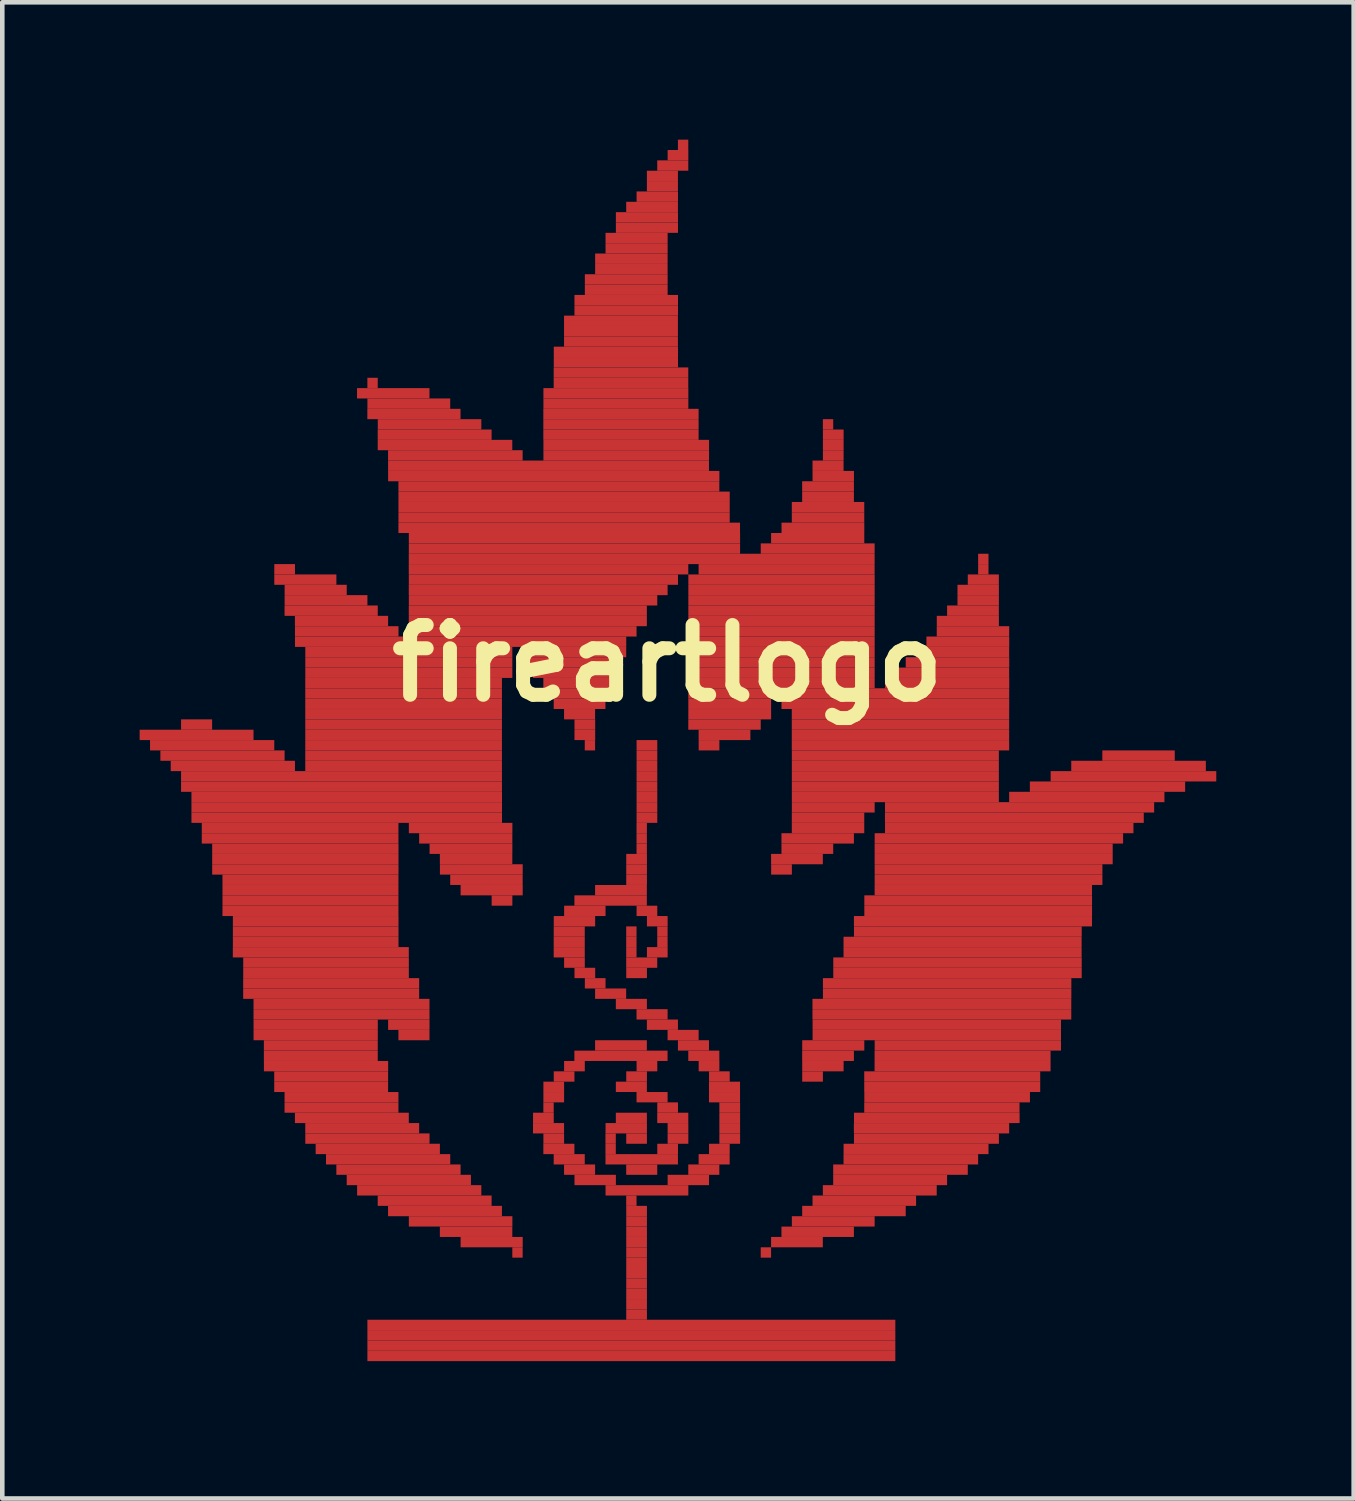
<source format=kicad_pcb>
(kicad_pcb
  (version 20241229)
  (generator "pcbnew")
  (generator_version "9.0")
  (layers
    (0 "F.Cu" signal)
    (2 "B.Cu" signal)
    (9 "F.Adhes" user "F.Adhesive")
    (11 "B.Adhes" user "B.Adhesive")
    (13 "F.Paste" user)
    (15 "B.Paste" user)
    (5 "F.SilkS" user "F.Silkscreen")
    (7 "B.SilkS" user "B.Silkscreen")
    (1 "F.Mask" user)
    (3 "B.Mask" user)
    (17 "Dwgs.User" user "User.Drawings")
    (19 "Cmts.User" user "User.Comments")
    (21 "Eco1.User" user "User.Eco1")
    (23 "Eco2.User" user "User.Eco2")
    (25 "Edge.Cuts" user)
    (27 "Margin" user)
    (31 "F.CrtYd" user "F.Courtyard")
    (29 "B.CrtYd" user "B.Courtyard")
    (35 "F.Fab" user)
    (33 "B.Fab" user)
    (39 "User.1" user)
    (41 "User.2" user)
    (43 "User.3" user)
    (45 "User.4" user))
  (footprint "fireartlogo"
    (layer "F.Cu")
    (at 11.53 13.339)
    (property "Reference" "fireartlogo" (at 0 -1.905 0) (layer "F.SilkS") (effects (font (size 1.524 1.524) (thickness 0.305))))
    (attr exclude_from_pos_files exclude_from_bom)
    (pad "" smd rect (at -10.287 -0.566) (size 0.678 0.226) (layers "F.Cu" "F.Mask" "F.Paste"))
    (pad "" smd rect (at -10.287 -0.34) (size 2.487 0.226) (layers "F.Cu" "F.Mask" "F.Paste"))
    (pad "" smd rect (at -9.947 -0.114) (size 2.713 0.226) (layers "F.Cu" "F.Mask" "F.Paste"))
    (pad "" smd rect (at -9.721 0.112) (size 2.713 0.226) (layers "F.Cu" "F.Mask" "F.Paste"))
    (pad "" smd rect (at -9.495 0.338) (size 2.713 0.226) (layers "F.Cu" "F.Mask" "F.Paste"))
    (pad "" smd rect (at -8.364 -3.957) (size 0.452 0.226) (layers "F.Cu" "F.Mask" "F.Paste"))
    (pad "" smd rect (at -8.026 1.694) (size 4.295 0.226) (layers "F.Cu" "F.Mask" "F.Paste"))
    (pad "" smd rect (at -8.026 1.92) (size 4.295 0.226) (layers "F.Cu" "F.Mask" "F.Paste"))
    (pad "" smd rect (at -7.912 -3.731) (size 1.356 0.226) (layers "F.Cu" "F.Mask" "F.Paste"))
    (pad "" smd rect (at -7.912 2.146) (size 4.069 0.226) (layers "F.Cu" "F.Mask" "F.Paste"))
    (pad "" smd rect (at -7.912 2.372) (size 4.069 0.226) (layers "F.Cu" "F.Mask" "F.Paste"))
    (pad "" smd rect (at -7.912 2.598) (size 4.069 0.226) (layers "F.Cu" "F.Mask" "F.Paste"))
    (pad "" smd rect (at -7.8 2.824) (size 3.843 0.226) (layers "F.Cu" "F.Mask" "F.Paste"))
    (pad "" smd rect (at -7.8 3.051) (size 3.843 0.226) (layers "F.Cu" "F.Mask" "F.Paste"))
    (pad "" smd rect (at -7.8 3.277) (size 3.843 0.226) (layers "F.Cu" "F.Mask" "F.Paste"))
    (pad "" smd rect (at -7.8 3.503) (size 3.843 0.226) (layers "F.Cu" "F.Mask" "F.Paste"))
    (pad "" smd rect (at -7.686 -3.505) (size 1.356 0.226) (layers "F.Cu" "F.Mask" "F.Paste"))
    (pad "" smd rect (at -7.686 3.729) (size 3.617 0.226) (layers "F.Cu" "F.Mask" "F.Paste"))
    (pad "" smd rect (at -7.686 3.955) (size 3.617 0.226) (layers "F.Cu" "F.Mask" "F.Paste"))
    (pad "" smd rect (at -7.686 4.181) (size 3.617 0.226) (layers "F.Cu" "F.Mask" "F.Paste"))
    (pad "" smd rect (at -7.686 5.989) (size 2.713 0.226) (layers "F.Cu" "F.Mask" "F.Paste"))
    (pad "" smd rect (at -7.686 6.215) (size 2.713 0.226) (layers "F.Cu" "F.Mask" "F.Paste"))
    (pad "" smd rect (at -7.574 4.407) (size 3.843 0.226) (layers "F.Cu" "F.Mask" "F.Paste"))
    (pad "" smd rect (at -7.574 6.441) (size 2.487 0.226) (layers "F.Cu" "F.Mask" "F.Paste"))
    (pad "" smd rect (at -7.574 6.668) (size 2.487 0.226) (layers "F.Cu" "F.Mask" "F.Paste"))
    (pad "" smd rect (at -7.46 -3.279) (size 1.808 0.226) (layers "F.Cu" "F.Mask" "F.Paste"))
    (pad "" smd rect (at -7.46 4.633) (size 3.617 0.226) (layers "F.Cu" "F.Mask" "F.Paste"))
    (pad "" smd rect (at -7.46 4.859) (size 3.617 0.226) (layers "F.Cu" "F.Mask" "F.Paste"))
    (pad "" smd rect (at -7.46 6.894) (size 2.713 0.226) (layers "F.Cu" "F.Mask" "F.Paste"))
    (pad "" smd rect (at -7.348 -3.053) (size 2.035 0.226) (layers "F.Cu" "F.Mask" "F.Paste"))
    (pad "" smd rect (at -7.348 5.085) (size 3.843 0.226) (layers "F.Cu" "F.Mask" "F.Paste"))
    (pad "" smd rect (at -7.348 5.311) (size 3.843 0.226) (layers "F.Cu" "F.Mask" "F.Paste"))
    (pad "" smd rect (at -7.348 7.12) (size 2.487 0.226) (layers "F.Cu" "F.Mask" "F.Paste"))
    (pad "" smd rect (at -7.348 7.346) (size 2.487 0.226) (layers "F.Cu" "F.Mask" "F.Paste"))
    (pad "" smd rect (at -7.122 -2.827) (size 2.035 0.226) (layers "F.Cu" "F.Mask" "F.Paste"))
    (pad "" smd rect (at -7.122 0.564) (size 7.008 0.226) (layers "F.Cu" "F.Mask" "F.Paste"))
    (pad "" smd rect (at -7.122 0.79) (size 7.008 0.226) (layers "F.Cu" "F.Mask" "F.Paste"))
    (pad "" smd rect (at -7.122 5.537) (size 3.843 0.226) (layers "F.Cu" "F.Mask" "F.Paste"))
    (pad "" smd rect (at -7.122 5.763) (size 3.843 0.226) (layers "F.Cu" "F.Mask" "F.Paste"))
    (pad "" smd rect (at -7.122 7.572) (size 2.487 0.226) (layers "F.Cu" "F.Mask" "F.Paste"))
    (pad "" smd rect (at -7.122 7.798) (size 2.487 0.226) (layers "F.Cu" "F.Mask" "F.Paste"))
    (pad "" smd rect (at -7.008 -2.601) (size 2.261 0.226) (layers "F.Cu" "F.Mask" "F.Paste"))
    (pad "" smd rect (at -7.008 1.016) (size 6.782 0.226) (layers "F.Cu" "F.Mask" "F.Paste"))
    (pad "" smd rect (at -7.008 1.242) (size 6.782 0.226) (layers "F.Cu" "F.Mask" "F.Paste"))
    (pad "" smd rect (at -7.008 1.468) (size 6.782 0.226) (layers "F.Cu" "F.Mask" "F.Paste"))
    (pad "" smd rect (at -6.896 8.024) (size 2.487 0.226) (layers "F.Cu" "F.Mask" "F.Paste"))
    (pad "" smd rect (at -6.67 8.25) (size 2.487 0.226) (layers "F.Cu" "F.Mask" "F.Paste"))
    (pad "" smd rect (at -6.556 8.476) (size 2.713 0.226) (layers "F.Cu" "F.Mask" "F.Paste"))
    (pad "" smd rect (at -6.444 -8.026) (size 0.226 0.226) (layers "F.Cu" "F.Mask" "F.Paste"))
    (pad "" smd rect (at -6.33 8.702) (size 2.713 0.226) (layers "F.Cu" "F.Mask" "F.Paste"))
    (pad "" smd rect (at -6.104 8.928) (size 2.713 0.226) (layers "F.Cu" "F.Mask" "F.Paste"))
    (pad "" smd rect (at -5.992 -7.8) (size 1.582 0.226) (layers "F.Cu" "F.Mask" "F.Paste"))
    (pad "" smd rect (at -5.878 9.154) (size 2.713 0.226) (layers "F.Cu" "F.Mask" "F.Paste"))
    (pad "" smd rect (at -5.766 -1.471) (size 4.295 0.226) (layers "F.Cu" "F.Mask" "F.Paste"))
    (pad "" smd rect (at -5.766 -1.245) (size 4.295 0.226) (layers "F.Cu" "F.Mask" "F.Paste"))
    (pad "" smd rect (at -5.766 -1.019) (size 4.295 0.226) (layers "F.Cu" "F.Mask" "F.Paste"))
    (pad "" smd rect (at -5.766 -0.792) (size 4.295 0.226) (layers "F.Cu" "F.Mask" "F.Paste"))
    (pad "" smd rect (at -5.766 -0.566) (size 4.295 0.226) (layers "F.Cu" "F.Mask" "F.Paste"))
    (pad "" smd rect (at -5.766 -0.34) (size 4.295 0.226) (layers "F.Cu" "F.Mask" "F.Paste"))
    (pad "" smd rect (at -5.766 -0.114) (size 4.295 0.226) (layers "F.Cu" "F.Mask" "F.Paste"))
    (pad "" smd rect (at -5.766 0.112) (size 4.295 0.226) (layers "F.Cu" "F.Mask" "F.Paste"))
    (pad "" smd rect (at -5.766 0.338) (size 4.295 0.226) (layers "F.Cu" "F.Mask" "F.Paste"))
    (pad "" smd rect (at -5.652 -7.574) (size 1.808 0.226) (layers "F.Cu" "F.Mask" "F.Paste"))
    (pad "" smd rect (at -5.652 -2.149) (size 4.521 0.226) (layers "F.Cu" "F.Mask" "F.Paste"))
    (pad "" smd rect (at -5.652 -1.923) (size 4.521 0.226) (layers "F.Cu" "F.Mask" "F.Paste"))
    (pad "" smd rect (at -5.652 -1.697) (size 4.521 0.226) (layers "F.Cu" "F.Mask" "F.Paste"))
    (pad "" smd rect (at -5.652 5.989) (size 0.904 0.226) (layers "F.Cu" "F.Mask" "F.Paste"))
    (pad "" smd rect (at -5.652 9.38) (size 2.713 0.226) (layers "F.Cu" "F.Mask" "F.Paste"))
    (pad "" smd rect (at -5.54 -7.348) (size 2.035 0.226) (layers "F.Cu" "F.Mask" "F.Paste"))
    (pad "" smd rect (at -5.54 6.215) (size 0.678 0.226) (layers "F.Cu" "F.Mask" "F.Paste"))
    (pad "" smd rect (at -5.425 9.606) (size 2.713 0.226) (layers "F.Cu" "F.Mask" "F.Paste"))
    (pad "" smd rect (at -5.199 -7.122) (size 2.261 0.226) (layers "F.Cu" "F.Mask" "F.Paste"))
    (pad "" smd rect (at -5.088 -6.896) (size 2.487 0.226) (layers "F.Cu" "F.Mask" "F.Paste"))
    (pad "" smd rect (at -5.088 9.832) (size 2.487 0.226) (layers "F.Cu" "F.Mask" "F.Paste"))
    (pad "" smd rect (at -4.862 -6.67) (size 2.939 0.226) (layers "F.Cu" "F.Mask" "F.Paste"))
    (pad "" smd rect (at -4.862 10.058) (size 2.487 0.226) (layers "F.Cu" "F.Mask" "F.Paste"))
    (pad "" smd rect (at -4.636 -6.444) (size 2.939 0.226) (layers "F.Cu" "F.Mask" "F.Paste"))
    (pad "" smd rect (at -4.521 -2.375) (size 7.234 0.226) (layers "F.Cu" "F.Mask" "F.Paste"))
    (pad "" smd rect (at -4.521 1.694) (size 2.261 0.226) (layers "F.Cu" "F.Mask" "F.Paste"))
    (pad "" smd rect (at -4.521 10.284) (size 2.261 0.226) (layers "F.Cu" "F.Mask" "F.Paste"))
    (pad "" smd rect (at -4.409 1.92) (size 2.035 0.226) (layers "F.Cu" "F.Mask" "F.Paste"))
    (pad "" smd rect (at -4.295 2.146) (size 1.808 0.226) (layers "F.Cu" "F.Mask" "F.Paste"))
    (pad "" smd rect (at -4.183 2.372) (size 1.582 0.226) (layers "F.Cu" "F.Mask" "F.Paste"))
    (pad "" smd rect (at -4.183 10.511) (size 1.582 0.226) (layers "F.Cu" "F.Mask" "F.Paste"))
    (pad "" smd rect (at -4.069 2.598) (size 1.808 0.226) (layers "F.Cu" "F.Mask" "F.Paste"))
    (pad "" smd rect (at -3.957 2.824) (size 1.582 0.226) (layers "F.Cu" "F.Mask" "F.Paste"))
    (pad "" smd rect (at -3.843 3.051) (size 1.356 0.226) (layers "F.Cu" "F.Mask" "F.Paste"))
    (pad "" smd rect (at -3.843 10.737) (size 1.356 0.226) (layers "F.Cu" "F.Mask" "F.Paste"))
    (pad "" smd rect (at -3.617 3.277) (size 0.452 0.226) (layers "F.Cu" "F.Mask" "F.Paste"))
    (pad "" smd rect (at -3.279 10.963) (size 0.226 0.226) (layers "F.Cu" "F.Mask" "F.Paste"))
    (pad "" smd rect (at -3.165 -2.601) (size 4.973 0.226) (layers "F.Cu" "F.Mask" "F.Paste"))
    (pad "" smd rect (at -3.053 -3.053) (size 5.199 0.226) (layers "F.Cu" "F.Mask" "F.Paste"))
    (pad "" smd rect (at -3.053 -2.827) (size 5.199 0.226) (layers "F.Cu" "F.Mask" "F.Paste"))
    (pad "" smd rect (at -2.939 -3.279) (size 5.425 0.226) (layers "F.Cu" "F.Mask" "F.Paste"))
    (pad "" smd rect (at -2.827 -3.505) (size 5.652 0.226) (layers "F.Cu" "F.Mask" "F.Paste"))
    (pad "" smd rect (at -2.713 -3.731) (size 5.878 0.226) (layers "F.Cu" "F.Mask" "F.Paste"))
    (pad "" smd rect (at -2.713 8.024) (size 0.452 0.226) (layers "F.Cu" "F.Mask" "F.Paste"))
    (pad "" smd rect (at -2.601 -6.218) (size 7.008 0.226) (layers "F.Cu" "F.Mask" "F.Paste"))
    (pad "" smd rect (at -2.601 -3.957) (size 6.104 0.226) (layers "F.Cu" "F.Mask" "F.Paste"))
    (pad "" smd rect (at -2.601 7.798) (size 0.226 0.226) (layers "F.Cu" "F.Mask" "F.Paste"))
    (pad "" smd rect (at -2.601 8.25) (size 0.678 0.226) (layers "F.Cu" "F.Mask" "F.Paste"))
    (pad "" smd rect (at -2.487 -5.992) (size 7.234 0.226) (layers "F.Cu" "F.Mask" "F.Paste"))
    (pad "" smd rect (at -2.487 7.346) (size 0.452 0.226) (layers "F.Cu" "F.Mask" "F.Paste"))
    (pad "" smd rect (at -2.487 7.572) (size 0.452 0.226) (layers "F.Cu" "F.Mask" "F.Paste"))
    (pad "" smd rect (at -2.487 8.476) (size 0.452 0.226) (layers "F.Cu" "F.Mask" "F.Paste"))
    (pad "" smd rect (at -2.375 -5.766) (size 7.008 0.226) (layers "F.Cu" "F.Mask" "F.Paste"))
    (pad "" smd rect (at -2.375 8.702) (size 0.678 0.226) (layers "F.Cu" "F.Mask" "F.Paste"))
    (pad "" smd rect (at -2.261 -5.54) (size 7.234 0.226) (layers "F.Cu" "F.Mask" "F.Paste"))
    (pad "" smd rect (at -2.261 -5.314) (size 7.234 0.226) (layers "F.Cu" "F.Mask" "F.Paste"))
    (pad "" smd rect (at -2.261 -5.088) (size 7.234 0.226) (layers "F.Cu" "F.Mask" "F.Paste"))
    (pad "" smd rect (at -2.261 7.12) (size 0.452 0.226) (layers "F.Cu" "F.Mask" "F.Paste"))
    (pad "" smd rect (at -2.149 -4.862) (size 7.46 0.226) (layers "F.Cu" "F.Mask" "F.Paste"))
    (pad "" smd rect (at -2.149 -1.923) (size 2.035 0.226) (layers "F.Cu" "F.Mask" "F.Paste"))
    (pad "" smd rect (at -2.149 3.955) (size 0.678 0.226) (layers "F.Cu" "F.Mask" "F.Paste"))
    (pad "" smd rect (at -2.149 4.181) (size 0.678 0.226) (layers "F.Cu" "F.Mask" "F.Paste"))
    (pad "" smd rect (at -2.149 4.407) (size 0.678 0.226) (layers "F.Cu" "F.Mask" "F.Paste"))
    (pad "" smd rect (at -2.149 8.928) (size 0.678 0.226) (layers "F.Cu" "F.Mask" "F.Paste"))
    (pad "" smd rect (at -2.035 -4.636) (size 7.234 0.226) (layers "F.Cu" "F.Mask" "F.Paste"))
    (pad "" smd rect (at -2.035 -4.409) (size 7.234 0.226) (layers "F.Cu" "F.Mask" "F.Paste"))
    (pad "" smd rect (at -2.035 -2.149) (size 2.261 0.226) (layers "F.Cu" "F.Mask" "F.Paste"))
    (pad "" smd rect (at -2.035 -1.697) (size 1.808 0.226) (layers "F.Cu" "F.Mask" "F.Paste"))
    (pad "" smd rect (at -2.035 3.729) (size 0.904 0.226) (layers "F.Cu" "F.Mask" "F.Paste"))
    (pad "" smd rect (at -2.035 4.633) (size 0.452 0.226) (layers "F.Cu" "F.Mask" "F.Paste"))
    (pad "" smd rect (at -2.035 6.894) (size 0.452 0.226) (layers "F.Cu" "F.Mask" "F.Paste"))
    (pad "" smd rect (at -1.923 -1.471) (size 1.582 0.226) (layers "F.Cu" "F.Mask" "F.Paste"))
    (pad "" smd rect (at -1.923 -1.245) (size 1.13 0.226) (layers "F.Cu" "F.Mask" "F.Paste"))
    (pad "" smd rect (at -1.923 -1.019) (size 1.13 0.226) (layers "F.Cu" "F.Mask" "F.Paste"))
    (pad "" smd rect (at -1.923 -0.792) (size 0.678 0.226) (layers "F.Cu" "F.Mask" "F.Paste"))
    (pad "" smd rect (at -1.923 9.154) (size 0.678 0.226) (layers "F.Cu" "F.Mask" "F.Paste"))
    (pad "" smd rect (at -1.808 -0.566) (size 0.452 0.226) (layers "F.Cu" "F.Mask" "F.Paste"))
    (pad "" smd rect (at -1.808 -0.34) (size 0.452 0.226) (layers "F.Cu" "F.Mask" "F.Paste"))
    (pad "" smd rect (at -1.808 3.503) (size 0.904 0.226) (layers "F.Cu" "F.Mask" "F.Paste"))
    (pad "" smd rect (at -1.808 4.859) (size 0.452 0.226) (layers "F.Cu" "F.Mask" "F.Paste"))
    (pad "" smd rect (at -1.697 -0.114) (size 0.226 0.226) (layers "F.Cu" "F.Mask" "F.Paste"))
    (pad "" smd rect (at -1.582 5.085) (size 0.452 0.226) (layers "F.Cu" "F.Mask" "F.Paste"))
    (pad "" smd rect (at -1.582 9.38) (size 0.904 0.226) (layers "F.Cu" "F.Mask" "F.Paste"))
    (pad "" smd rect (at -1.245 3.277) (size 1.582 0.226) (layers "F.Cu" "F.Mask" "F.Paste"))
    (pad "" smd rect (at -1.245 5.311) (size 0.678 0.226) (layers "F.Cu" "F.Mask" "F.Paste"))
    (pad "" smd rect (at -1.245 8.476) (size 0.226 0.226) (layers "F.Cu" "F.Mask" "F.Paste"))
    (pad "" smd rect (at -1.245 8.702) (size 0.226 0.226) (layers "F.Cu" "F.Mask" "F.Paste"))
    (pad "" smd rect (at -1.13 -8.705) (size 2.713 0.226) (layers "F.Cu" "F.Mask" "F.Paste"))
    (pad "" smd rect (at -1.13 -8.479) (size 2.713 0.226) (layers "F.Cu" "F.Mask" "F.Paste"))
    (pad "" smd rect (at -1.13 -7.8) (size 3.165 0.226) (layers "F.Cu" "F.Mask" "F.Paste"))
    (pad "" smd rect (at -1.13 -7.574) (size 3.165 0.226) (layers "F.Cu" "F.Mask" "F.Paste"))
    (pad "" smd rect (at -1.019 -9.383) (size 2.487 0.226) (layers "F.Cu" "F.Mask" "F.Paste"))
    (pad "" smd rect (at -1.019 -9.157) (size 2.487 0.226) (layers "F.Cu" "F.Mask" "F.Paste"))
    (pad "" smd rect (at -1.019 -8.931) (size 2.487 0.226) (layers "F.Cu" "F.Mask" "F.Paste"))
    (pad "" smd rect (at -1.019 -8.252) (size 2.939 0.226) (layers "F.Cu" "F.Mask" "F.Paste"))
    (pad "" smd rect (at -1.019 -8.026) (size 2.939 0.226) (layers "F.Cu" "F.Mask" "F.Paste"))
    (pad "" smd rect (at -1.019 -7.348) (size 3.391 0.226) (layers "F.Cu" "F.Mask" "F.Paste"))
    (pad "" smd rect (at -1.019 -7.122) (size 3.391 0.226) (layers "F.Cu" "F.Mask" "F.Paste"))
    (pad "" smd rect (at -1.019 -6.896) (size 3.391 0.226) (layers "F.Cu" "F.Mask" "F.Paste"))
    (pad "" smd rect (at -1.019 3.051) (size 1.13 0.226) (layers "F.Cu" "F.Mask" "F.Paste"))
    (pad "" smd rect (at -1.019 6.441) (size 1.13 0.226) (layers "F.Cu" "F.Mask" "F.Paste"))
    (pad "" smd rect (at -1.019 6.668) (size 2.035 0.226) (layers "F.Cu" "F.Mask" "F.Paste"))
    (pad "" smd rect (at -0.904 -10.287) (size 1.808 0.226) (layers "F.Cu" "F.Mask" "F.Paste"))
    (pad "" smd rect (at -0.904 -10.061) (size 1.808 0.226) (layers "F.Cu" "F.Mask" "F.Paste"))
    (pad "" smd rect (at -0.904 -9.835) (size 2.261 0.226) (layers "F.Cu" "F.Mask" "F.Paste"))
    (pad "" smd rect (at -0.904 -9.609) (size 2.261 0.226) (layers "F.Cu" "F.Mask" "F.Paste"))
    (pad "" smd rect (at -0.904 -6.67) (size 3.617 0.226) (layers "F.Cu" "F.Mask" "F.Paste"))
    (pad "" smd rect (at -0.904 -6.444) (size 3.617 0.226) (layers "F.Cu" "F.Mask" "F.Paste"))
    (pad "" smd rect (at -0.904 8.25) (size 0.904 0.226) (layers "F.Cu" "F.Mask" "F.Paste"))
    (pad "" smd rect (at -0.792 -10.739) (size 1.582 0.226) (layers "F.Cu" "F.Mask" "F.Paste"))
    (pad "" smd rect (at -0.792 -10.513) (size 1.582 0.226) (layers "F.Cu" "F.Mask" "F.Paste"))
    (pad "" smd rect (at -0.792 3.955) (size 0.226 0.226) (layers "F.Cu" "F.Mask" "F.Paste"))
    (pad "" smd rect (at -0.792 4.181) (size 0.226 0.226) (layers "F.Cu" "F.Mask" "F.Paste"))
    (pad "" smd rect (at -0.792 4.407) (size 0.226 0.226) (layers "F.Cu" "F.Mask" "F.Paste"))
    (pad "" smd rect (at -0.792 5.537) (size 0.678 0.226) (layers "F.Cu" "F.Mask" "F.Paste"))
    (pad "" smd rect (at -0.792 7.346) (size 0.678 0.226) (layers "F.Cu" "F.Mask" "F.Paste"))
    (pad "" smd rect (at -0.792 8.024) (size 0.678 0.226) (layers "F.Cu" "F.Mask" "F.Paste"))
    (pad "" smd rect (at -0.792 9.832) (size 0.226 0.226) (layers "F.Cu" "F.Mask" "F.Paste"))
    (pad "" smd rect (at -0.792 12.545) (size 11.529 0.226) (layers "F.Cu" "F.Mask" "F.Paste"))
    (pad "" smd rect (at -0.792 12.771) (size 11.529 0.226) (layers "F.Cu" "F.Mask" "F.Paste"))
    (pad "" smd rect (at -0.792 12.997) (size 11.529 0.226) (layers "F.Cu" "F.Mask" "F.Paste"))
    (pad "" smd rect (at -0.792 13.223) (size 11.529 0.226) (layers "F.Cu" "F.Mask" "F.Paste"))
    (pad "" smd rect (at -0.678 -11.191) (size 1.356 0.226) (layers "F.Cu" "F.Mask" "F.Paste"))
    (pad "" smd rect (at -0.678 -10.965) (size 1.356 0.226) (layers "F.Cu" "F.Mask" "F.Paste"))
    (pad "" smd rect (at -0.678 2.372) (size 0.452 0.226) (layers "F.Cu" "F.Mask" "F.Paste"))
    (pad "" smd rect (at -0.678 2.598) (size 0.452 0.226) (layers "F.Cu" "F.Mask" "F.Paste"))
    (pad "" smd rect (at -0.678 2.824) (size 0.452 0.226) (layers "F.Cu" "F.Mask" "F.Paste"))
    (pad "" smd rect (at -0.678 4.859) (size 0.452 0.226) (layers "F.Cu" "F.Mask" "F.Paste"))
    (pad "" smd rect (at -0.678 7.12) (size 0.452 0.226) (layers "F.Cu" "F.Mask" "F.Paste"))
    (pad "" smd rect (at -0.678 8.476) (size 0.452 0.226) (layers "F.Cu" "F.Mask" "F.Paste"))
    (pad "" smd rect (at -0.678 10.058) (size 0.452 0.226) (layers "F.Cu" "F.Mask" "F.Paste"))
    (pad "" smd rect (at -0.678 10.284) (size 0.452 0.226) (layers "F.Cu" "F.Mask" "F.Paste"))
    (pad "" smd rect (at -0.678 10.511) (size 0.452 0.226) (layers "F.Cu" "F.Mask" "F.Paste"))
    (pad "" smd rect (at -0.678 10.737) (size 0.452 0.226) (layers "F.Cu" "F.Mask" "F.Paste"))
    (pad "" smd rect (at -0.678 10.963) (size 0.452 0.226) (layers "F.Cu" "F.Mask" "F.Paste"))
    (pad "" smd rect (at -0.678 11.189) (size 0.452 0.226) (layers "F.Cu" "F.Mask" "F.Paste"))
    (pad "" smd rect (at -0.678 11.415) (size 0.452 0.226) (layers "F.Cu" "F.Mask" "F.Paste"))
    (pad "" smd rect (at -0.678 11.641) (size 0.452 0.226) (layers "F.Cu" "F.Mask" "F.Paste"))
    (pad "" smd rect (at -0.678 11.867) (size 0.452 0.226) (layers "F.Cu" "F.Mask" "F.Paste"))
    (pad "" smd rect (at -0.678 12.093) (size 0.452 0.226) (layers "F.Cu" "F.Mask" "F.Paste"))
    (pad "" smd rect (at -0.678 12.319) (size 0.452 0.226) (layers "F.Cu" "F.Mask" "F.Paste"))
    (pad "" smd rect (at -0.566 -4.183) (size 10.173 0.226) (layers "F.Cu" "F.Mask" "F.Paste"))
    (pad "" smd rect (at -0.566 1.694) (size 0.226 0.226) (layers "F.Cu" "F.Mask" "F.Paste"))
    (pad "" smd rect (at -0.566 1.92) (size 0.226 0.226) (layers "F.Cu" "F.Mask" "F.Paste"))
    (pad "" smd rect (at -0.566 2.146) (size 0.226 0.226) (layers "F.Cu" "F.Mask" "F.Paste"))
    (pad "" smd rect (at -0.566 4.633) (size 0.678 0.226) (layers "F.Cu" "F.Mask" "F.Paste"))
    (pad "" smd rect (at -0.566 8.928) (size 1.582 0.226) (layers "F.Cu" "F.Mask" "F.Paste"))
    (pad "" smd rect (at -0.566 9.154) (size 0.678 0.226) (layers "F.Cu" "F.Mask" "F.Paste"))
    (pad "" smd rect (at -0.452 -11.643) (size 1.356 0.226) (layers "F.Cu" "F.Mask" "F.Paste"))
    (pad "" smd rect (at -0.452 -11.417) (size 1.356 0.226) (layers "F.Cu" "F.Mask" "F.Paste"))
    (pad "" smd rect (at -0.452 -0.114) (size 0.452 0.226) (layers "F.Cu" "F.Mask" "F.Paste"))
    (pad "" smd rect (at -0.452 0.112) (size 0.452 0.226) (layers "F.Cu" "F.Mask" "F.Paste"))
    (pad "" smd rect (at -0.452 0.338) (size 0.452 0.226) (layers "F.Cu" "F.Mask" "F.Paste"))
    (pad "" smd rect (at -0.452 0.564) (size 0.452 0.226) (layers "F.Cu" "F.Mask" "F.Paste"))
    (pad "" smd rect (at -0.452 0.79) (size 0.452 0.226) (layers "F.Cu" "F.Mask" "F.Paste"))
    (pad "" smd rect (at -0.452 1.016) (size 0.452 0.226) (layers "F.Cu" "F.Mask" "F.Paste"))
    (pad "" smd rect (at -0.452 1.242) (size 0.452 0.226) (layers "F.Cu" "F.Mask" "F.Paste"))
    (pad "" smd rect (at -0.452 1.468) (size 0.452 0.226) (layers "F.Cu" "F.Mask" "F.Paste"))
    (pad "" smd rect (at -0.452 3.503) (size 0.452 0.226) (layers "F.Cu" "F.Mask" "F.Paste"))
    (pad "" smd rect (at -0.452 6.894) (size 0.452 0.226) (layers "F.Cu" "F.Mask" "F.Paste"))
    (pad "" smd rect (at -0.452 9.606) (size 1.808 0.226) (layers "F.Cu" "F.Mask" "F.Paste"))
    (pad "" smd rect (at -0.34 -11.869) (size 1.13 0.226) (layers "F.Cu" "F.Mask" "F.Paste"))
    (pad "" smd rect (at -0.34 5.763) (size 0.678 0.226) (layers "F.Cu" "F.Mask" "F.Paste"))
    (pad "" smd rect (at -0.34 7.572) (size 0.678 0.226) (layers "F.Cu" "F.Mask" "F.Paste"))
    (pad "" smd rect (at -0.226 -12.095) (size 0.904 0.226) (layers "F.Cu" "F.Mask" "F.Paste"))
    (pad "" smd rect (at -0.226 3.729) (size 0.452 0.226) (layers "F.Cu" "F.Mask" "F.Paste"))
    (pad "" smd rect (at -0.226 4.407) (size 0.452 0.226) (layers "F.Cu" "F.Mask" "F.Paste"))
    (pad "" smd rect (at -0.114 -12.548) (size 0.678 0.226) (layers "F.Cu" "F.Mask" "F.Paste"))
    (pad "" smd rect (at -0.114 -12.322) (size 0.678 0.226) (layers "F.Cu" "F.Mask" "F.Paste"))
    (pad "" smd rect (at -0.114 3.955) (size 0.226 0.226) (layers "F.Cu" "F.Mask" "F.Paste"))
    (pad "" smd rect (at -0.114 4.181) (size 0.226 0.226) (layers "F.Cu" "F.Mask" "F.Paste"))
    (pad "" smd rect (at -0.114 5.989) (size 0.678 0.226) (layers "F.Cu" "F.Mask" "F.Paste"))
    (pad "" smd rect (at 0 7.798) (size 0.452 0.226) (layers "F.Cu" "F.Mask" "F.Paste"))
    (pad "" smd rect (at 0 8.702) (size 0.452 0.226) (layers "F.Cu" "F.Mask" "F.Paste"))
    (pad "" smd rect (at 0.112 -12.774) (size 0.678 0.226) (layers "F.Cu" "F.Mask" "F.Paste"))
    (pad "" smd rect (at 0.112 8.024) (size 0.678 0.226) (layers "F.Cu" "F.Mask" "F.Paste"))
    (pad "" smd rect (at 0.226 -13) (size 0.452 0.226) (layers "F.Cu" "F.Mask" "F.Paste"))
    (pad "" smd rect (at 0.226 8.25) (size 0.452 0.226) (layers "F.Cu" "F.Mask" "F.Paste"))
    (pad "" smd rect (at 0.226 8.476) (size 0.452 0.226) (layers "F.Cu" "F.Mask" "F.Paste"))
    (pad "" smd rect (at 0.338 -13.226) (size 0.226 0.226) (layers "F.Cu" "F.Mask" "F.Paste"))
    (pad "" smd rect (at 0.338 6.215) (size 0.678 0.226) (layers "F.Cu" "F.Mask" "F.Paste"))
    (pad "" smd rect (at 0.452 9.38) (size 0.904 0.226) (layers "F.Cu" "F.Mask" "F.Paste"))
    (pad "" smd rect (at 0.564 6.441) (size 0.678 0.226) (layers "F.Cu" "F.Mask" "F.Paste"))
    (pad "" smd rect (at 0.79 6.668) (size 0.678 0.226) (layers "F.Cu" "F.Mask" "F.Paste"))
    (pad "" smd rect (at 0.79 9.154) (size 0.678 0.226) (layers "F.Cu" "F.Mask" "F.Paste"))
    (pad "" smd rect (at 0.904 -0.114) (size 0.452 0.226) (layers "F.Cu" "F.Mask" "F.Paste"))
    (pad "" smd rect (at 0.904 6.894) (size 0.452 0.226) (layers "F.Cu" "F.Mask" "F.Paste"))
    (pad "" smd rect (at 1.016 8.928) (size 0.678 0.226) (layers "F.Cu" "F.Mask" "F.Paste"))
    (pad "" smd rect (at 1.13 7.12) (size 0.452 0.226) (layers "F.Cu" "F.Mask" "F.Paste"))
    (pad "" smd rect (at 1.13 8.702) (size 0.452 0.226) (layers "F.Cu" "F.Mask" "F.Paste"))
    (pad "" smd rect (at 1.242 -0.566) (size 1.582 0.226) (layers "F.Cu" "F.Mask" "F.Paste"))
    (pad "" smd rect (at 1.242 -0.34) (size 1.13 0.226) (layers "F.Cu" "F.Mask" "F.Paste"))
    (pad "" smd rect (at 1.242 7.346) (size 0.678 0.226) (layers "F.Cu" "F.Mask" "F.Paste"))
    (pad "" smd rect (at 1.242 7.572) (size 0.678 0.226) (layers "F.Cu" "F.Mask" "F.Paste"))
    (pad "" smd rect (at 1.356 -1.019) (size 1.808 0.226) (layers "F.Cu" "F.Mask" "F.Paste"))
    (pad "" smd rect (at 1.356 -0.792) (size 1.808 0.226) (layers "F.Cu" "F.Mask" "F.Paste"))
    (pad "" smd rect (at 1.356 7.798) (size 0.452 0.226) (layers "F.Cu" "F.Mask" "F.Paste"))
    (pad "" smd rect (at 1.356 8.024) (size 0.452 0.226) (layers "F.Cu" "F.Mask" "F.Paste"))
    (pad "" smd rect (at 1.356 8.25) (size 0.452 0.226) (layers "F.Cu" "F.Mask" "F.Paste"))
    (pad "" smd rect (at 1.356 8.476) (size 0.452 0.226) (layers "F.Cu" "F.Mask" "F.Paste"))
    (pad "" smd rect (at 2.146 10.963) (size 0.226 0.226) (layers "F.Cu" "F.Mask" "F.Paste"))
    (pad "" smd rect (at 2.487 -3.731) (size 4.069 0.226) (layers "F.Cu" "F.Mask" "F.Paste"))
    (pad "" smd rect (at 2.487 -3.505) (size 4.069 0.226) (layers "F.Cu" "F.Mask" "F.Paste"))
    (pad "" smd rect (at 2.487 -3.279) (size 4.069 0.226) (layers "F.Cu" "F.Mask" "F.Paste"))
    (pad "" smd rect (at 2.487 -3.053) (size 4.069 0.226) (layers "F.Cu" "F.Mask" "F.Paste"))
    (pad "" smd rect (at 2.487 -2.827) (size 4.069 0.226) (layers "F.Cu" "F.Mask" "F.Paste"))
    (pad "" smd rect (at 2.487 -2.601) (size 4.069 0.226) (layers "F.Cu" "F.Mask" "F.Paste"))
    (pad "" smd rect (at 2.487 -2.375) (size 4.069 0.226) (layers "F.Cu" "F.Mask" "F.Paste"))
    (pad "" smd rect (at 2.487 -2.149) (size 4.069 0.226) (layers "F.Cu" "F.Mask" "F.Paste"))
    (pad "" smd rect (at 2.487 -1.923) (size 4.069 0.226) (layers "F.Cu" "F.Mask" "F.Paste"))
    (pad "" smd rect (at 2.487 -1.697) (size 4.069 0.226) (layers "F.Cu" "F.Mask" "F.Paste"))
    (pad "" smd rect (at 2.487 -1.471) (size 4.069 0.226) (layers "F.Cu" "F.Mask" "F.Paste"))
    (pad "" smd rect (at 2.487 2.598) (size 0.452 0.226) (layers "F.Cu" "F.Mask" "F.Paste"))
    (pad "" smd rect (at 2.598 -3.957) (size 3.843 0.226) (layers "F.Cu" "F.Mask" "F.Paste"))
    (pad "" smd rect (at 2.824 2.372) (size 1.13 0.226) (layers "F.Cu" "F.Mask" "F.Paste"))
    (pad "" smd rect (at 2.824 10.737) (size 1.13 0.226) (layers "F.Cu" "F.Mask" "F.Paste"))
    (pad "" smd rect (at 3.051 2.146) (size 1.13 0.226) (layers "F.Cu" "F.Mask" "F.Paste"))
    (pad "" smd rect (at 3.165 7.12) (size 0.452 0.226) (layers "F.Cu" "F.Mask" "F.Paste"))
    (pad "" smd rect (at 3.277 -4.636) (size 2.035 0.226) (layers "F.Cu" "F.Mask" "F.Paste"))
    (pad "" smd rect (at 3.277 -4.409) (size 2.487 0.226) (layers "F.Cu" "F.Mask" "F.Paste"))
    (pad "" smd rect (at 3.277 1.92) (size 1.582 0.226) (layers "F.Cu" "F.Mask" "F.Paste"))
    (pad "" smd rect (at 3.277 10.511) (size 1.582 0.226) (layers "F.Cu" "F.Mask" "F.Paste"))
    (pad "" smd rect (at 3.391 -4.862) (size 1.808 0.226) (layers "F.Cu" "F.Mask" "F.Paste"))
    (pad "" smd rect (at 3.391 6.894) (size 0.904 0.226) (layers "F.Cu" "F.Mask" "F.Paste"))
    (pad "" smd rect (at 3.503 -7.122) (size 0.226 0.226) (layers "F.Cu" "F.Mask" "F.Paste"))
    (pad "" smd rect (at 3.503 -6.218) (size 0.678 0.226) (layers "F.Cu" "F.Mask" "F.Paste"))
    (pad "" smd rect (at 3.503 -5.766) (size 1.13 0.226) (layers "F.Cu" "F.Mask" "F.Paste"))
    (pad "" smd rect (at 3.503 -5.54) (size 1.13 0.226) (layers "F.Cu" "F.Mask" "F.Paste"))
    (pad "" smd rect (at 3.503 -5.314) (size 1.582 0.226) (layers "F.Cu" "F.Mask" "F.Paste"))
    (pad "" smd rect (at 3.503 -5.088) (size 1.582 0.226) (layers "F.Cu" "F.Mask" "F.Paste"))
    (pad "" smd rect (at 3.503 1.468) (size 1.582 0.226) (layers "F.Cu" "F.Mask" "F.Paste"))
    (pad "" smd rect (at 3.503 1.694) (size 1.582 0.226) (layers "F.Cu" "F.Mask" "F.Paste"))
    (pad "" smd rect (at 3.503 6.668) (size 1.13 0.226) (layers "F.Cu" "F.Mask" "F.Paste"))
    (pad "" smd rect (at 3.617 -6.896) (size 0.452 0.226) (layers "F.Cu" "F.Mask" "F.Paste"))
    (pad "" smd rect (at 3.617 -6.67) (size 0.452 0.226) (layers "F.Cu" "F.Mask" "F.Paste"))
    (pad "" smd rect (at 3.617 -6.444) (size 0.452 0.226) (layers "F.Cu" "F.Mask" "F.Paste"))
    (pad "" smd rect (at 3.617 -5.992) (size 0.904 0.226) (layers "F.Cu" "F.Mask" "F.Paste"))
    (pad "" smd rect (at 3.617 1.242) (size 1.808 0.226) (layers "F.Cu" "F.Mask" "F.Paste"))
    (pad "" smd rect (at 3.617 6.441) (size 1.356 0.226) (layers "F.Cu" "F.Mask" "F.Paste"))
    (pad "" smd rect (at 3.617 10.284) (size 1.808 0.226) (layers "F.Cu" "F.Mask" "F.Paste"))
    (pad "" smd rect (at 3.955 -1.245) (size 7.008 0.226) (layers "F.Cu" "F.Mask" "F.Paste"))
    (pad "" smd rect (at 4.069 10.058) (size 2.261 0.226) (layers "F.Cu" "F.Mask" "F.Paste"))
    (pad "" smd rect (at 4.295 9.832) (size 2.261 0.226) (layers "F.Cu" "F.Mask" "F.Paste"))
    (pad "" smd rect (at 4.633 9.606) (size 2.487 0.226) (layers "F.Cu" "F.Mask" "F.Paste"))
    (pad "" smd rect (at 4.859 9.38) (size 2.487 0.226) (layers "F.Cu" "F.Mask" "F.Paste"))
    (pad "" smd rect (at 4.973 -1.019) (size 4.973 0.226) (layers "F.Cu" "F.Mask" "F.Paste"))
    (pad "" smd rect (at 4.973 0.112) (size 4.521 0.226) (layers "F.Cu" "F.Mask" "F.Paste"))
    (pad "" smd rect (at 4.973 0.338) (size 4.521 0.226) (layers "F.Cu" "F.Mask" "F.Paste"))
    (pad "" smd rect (at 4.973 0.564) (size 4.521 0.226) (layers "F.Cu" "F.Mask" "F.Paste"))
    (pad "" smd rect (at 4.973 0.79) (size 4.521 0.226) (layers "F.Cu" "F.Mask" "F.Paste"))
    (pad "" smd rect (at 4.973 1.016) (size 4.521 0.226) (layers "F.Cu" "F.Mask" "F.Paste"))
    (pad "" smd rect (at 5.085 -0.792) (size 4.747 0.226) (layers "F.Cu" "F.Mask" "F.Paste"))
    (pad "" smd rect (at 5.085 -0.566) (size 4.747 0.226) (layers "F.Cu" "F.Mask" "F.Paste"))
    (pad "" smd rect (at 5.085 -0.34) (size 4.747 0.226) (layers "F.Cu" "F.Mask" "F.Paste"))
    (pad "" smd rect (at 5.085 -0.114) (size 4.747 0.226) (layers "F.Cu" "F.Mask" "F.Paste"))
    (pad "" smd rect (at 5.085 9.154) (size 2.939 0.226) (layers "F.Cu" "F.Mask" "F.Paste"))
    (pad "" smd rect (at 5.311 8.928) (size 2.939 0.226) (layers "F.Cu" "F.Mask" "F.Paste"))
    (pad "" smd rect (at 5.425 8.702) (size 3.165 0.226) (layers "F.Cu" "F.Mask" "F.Paste"))
    (pad "" smd rect (at 5.652 8.476) (size 3.165 0.226) (layers "F.Cu" "F.Mask" "F.Paste"))
    (pad "" smd rect (at 5.763 8.25) (size 3.391 0.226) (layers "F.Cu" "F.Mask" "F.Paste"))
    (pad "" smd rect (at 5.878 5.989) (size 5.425 0.226) (layers "F.Cu" "F.Mask" "F.Paste"))
    (pad "" smd rect (at 5.878 6.215) (size 5.425 0.226) (layers "F.Cu" "F.Mask" "F.Paste"))
    (pad "" smd rect (at 5.878 8.024) (size 3.617 0.226) (layers "F.Cu" "F.Mask" "F.Paste"))
    (pad "" smd rect (at 5.989 5.537) (size 5.652 0.226) (layers "F.Cu" "F.Mask" "F.Paste"))
    (pad "" smd rect (at 5.989 5.763) (size 5.652 0.226) (layers "F.Cu" "F.Mask" "F.Paste"))
    (pad "" smd rect (at 5.989 7.798) (size 3.391 0.226) (layers "F.Cu" "F.Mask" "F.Paste"))
    (pad "" smd rect (at 6.104 -1.471) (size 2.713 0.226) (layers "F.Cu" "F.Mask" "F.Paste"))
    (pad "" smd rect (at 6.104 5.085) (size 5.425 0.226) (layers "F.Cu" "F.Mask" "F.Paste"))
    (pad "" smd rect (at 6.104 5.311) (size 5.425 0.226) (layers "F.Cu" "F.Mask" "F.Paste"))
    (pad "" smd rect (at 6.104 7.572) (size 3.617 0.226) (layers "F.Cu" "F.Mask" "F.Paste"))
    (pad "" smd rect (at 6.215 -1.697) (size 2.487 0.226) (layers "F.Cu" "F.Mask" "F.Paste"))
    (pad "" smd rect (at 6.215 7.12) (size 3.843 0.226) (layers "F.Cu" "F.Mask" "F.Paste"))
    (pad "" smd rect (at 6.215 7.346) (size 3.843 0.226) (layers "F.Cu" "F.Mask" "F.Paste"))
    (pad "" smd rect (at 6.33 -1.923) (size 2.261 0.226) (layers "F.Cu" "F.Mask" "F.Paste"))
    (pad "" smd rect (at 6.33 4.633) (size 5.425 0.226) (layers "F.Cu" "F.Mask" "F.Paste"))
    (pad "" smd rect (at 6.33 4.859) (size 5.425 0.226) (layers "F.Cu" "F.Mask" "F.Paste"))
    (pad "" smd rect (at 6.441 -2.149) (size 2.035 0.226) (layers "F.Cu" "F.Mask" "F.Paste"))
    (pad "" smd rect (at 6.441 4.181) (size 5.199 0.226) (layers "F.Cu" "F.Mask" "F.Paste"))
    (pad "" smd rect (at 6.441 4.407) (size 5.199 0.226) (layers "F.Cu" "F.Mask" "F.Paste"))
    (pad "" smd rect (at 6.441 6.668) (size 3.843 0.226) (layers "F.Cu" "F.Mask" "F.Paste"))
    (pad "" smd rect (at 6.441 6.894) (size 3.843 0.226) (layers "F.Cu" "F.Mask" "F.Paste"))
    (pad "" smd rect (at 6.556 -2.827) (size 1.356 0.226) (layers "F.Cu" "F.Mask" "F.Paste"))
    (pad "" smd rect (at 6.556 -2.375) (size 1.808 0.226) (layers "F.Cu" "F.Mask" "F.Paste"))
    (pad "" smd rect (at 6.556 3.955) (size 4.973 0.226) (layers "F.Cu" "F.Mask" "F.Paste"))
    (pad "" smd rect (at 6.556 6.441) (size 4.069 0.226) (layers "F.Cu" "F.Mask" "F.Paste"))
    (pad "" smd rect (at 6.668 -3.053) (size 1.13 0.226) (layers "F.Cu" "F.Mask" "F.Paste"))
    (pad "" smd rect (at 6.668 -2.601) (size 1.582 0.226) (layers "F.Cu" "F.Mask" "F.Paste"))
    (pad "" smd rect (at 6.668 3.729) (size 5.199 0.226) (layers "F.Cu" "F.Mask" "F.Paste"))
    (pad "" smd rect (at 6.782 -3.505) (size 0.904 0.226) (layers "F.Cu" "F.Mask" "F.Paste"))
    (pad "" smd rect (at 6.782 -3.279) (size 0.904 0.226) (layers "F.Cu" "F.Mask" "F.Paste"))
    (pad "" smd rect (at 6.782 3.277) (size 4.973 0.226) (layers "F.Cu" "F.Mask" "F.Paste"))
    (pad "" smd rect (at 6.782 3.503) (size 4.973 0.226) (layers "F.Cu" "F.Mask" "F.Paste"))
    (pad "" smd rect (at 6.894 -4.183) (size 0.226 0.226) (layers "F.Cu" "F.Mask" "F.Paste"))
    (pad "" smd rect (at 6.894 -3.957) (size 0.226 0.226) (layers "F.Cu" "F.Mask" "F.Paste"))
    (pad "" smd rect (at 6.894 -3.731) (size 0.678 0.226) (layers "F.Cu" "F.Mask" "F.Paste"))
    (pad "" smd rect (at 6.894 3.051) (size 4.747 0.226) (layers "F.Cu" "F.Mask" "F.Paste"))
    (pad "" smd rect (at 7.008 2.598) (size 4.973 0.226) (layers "F.Cu" "F.Mask" "F.Paste"))
    (pad "" smd rect (at 7.008 2.824) (size 4.973 0.226) (layers "F.Cu" "F.Mask" "F.Paste"))
    (pad "" smd rect (at 7.12 2.146) (size 5.199 0.226) (layers "F.Cu" "F.Mask" "F.Paste"))
    (pad "" smd rect (at 7.12 2.372) (size 5.199 0.226) (layers "F.Cu" "F.Mask" "F.Paste"))
    (pad "" smd rect (at 7.234 1.92) (size 5.425 0.226) (layers "F.Cu" "F.Mask" "F.Paste"))
    (pad "" smd rect (at 7.46 1.694) (size 5.425 0.226) (layers "F.Cu" "F.Mask" "F.Paste"))
    (pad "" smd rect (at 7.572 1.468) (size 5.652 0.226) (layers "F.Cu" "F.Mask" "F.Paste"))
    (pad "" smd rect (at 7.686 1.242) (size 5.878 0.226) (layers "F.Cu" "F.Mask" "F.Paste"))
    (pad "" smd rect (at 9.154 1.016) (size 3.391 0.226) (layers "F.Cu" "F.Mask" "F.Paste"))
    (pad "" smd rect (at 9.606 0.79) (size 3.391 0.226) (layers "F.Cu" "F.Mask" "F.Paste"))
    (pad "" smd rect (at 10.173 0.564) (size 3.617 0.226) (layers "F.Cu" "F.Mask" "F.Paste"))
    (pad "" smd rect (at 10.284 0.112) (size 1.582 0.226) (layers "F.Cu" "F.Mask" "F.Paste"))
    (pad "" smd rect (at 10.284 0.338) (size 2.939 0.226) (layers "F.Cu" "F.Mask" "F.Paste")))
  (gr_rect
    (start -3 -3)
    (end 26.512 29.675)
    (stroke (width 0.1) (type default))
    (fill no)
    (layer "Edge.Cuts")))
</source>
